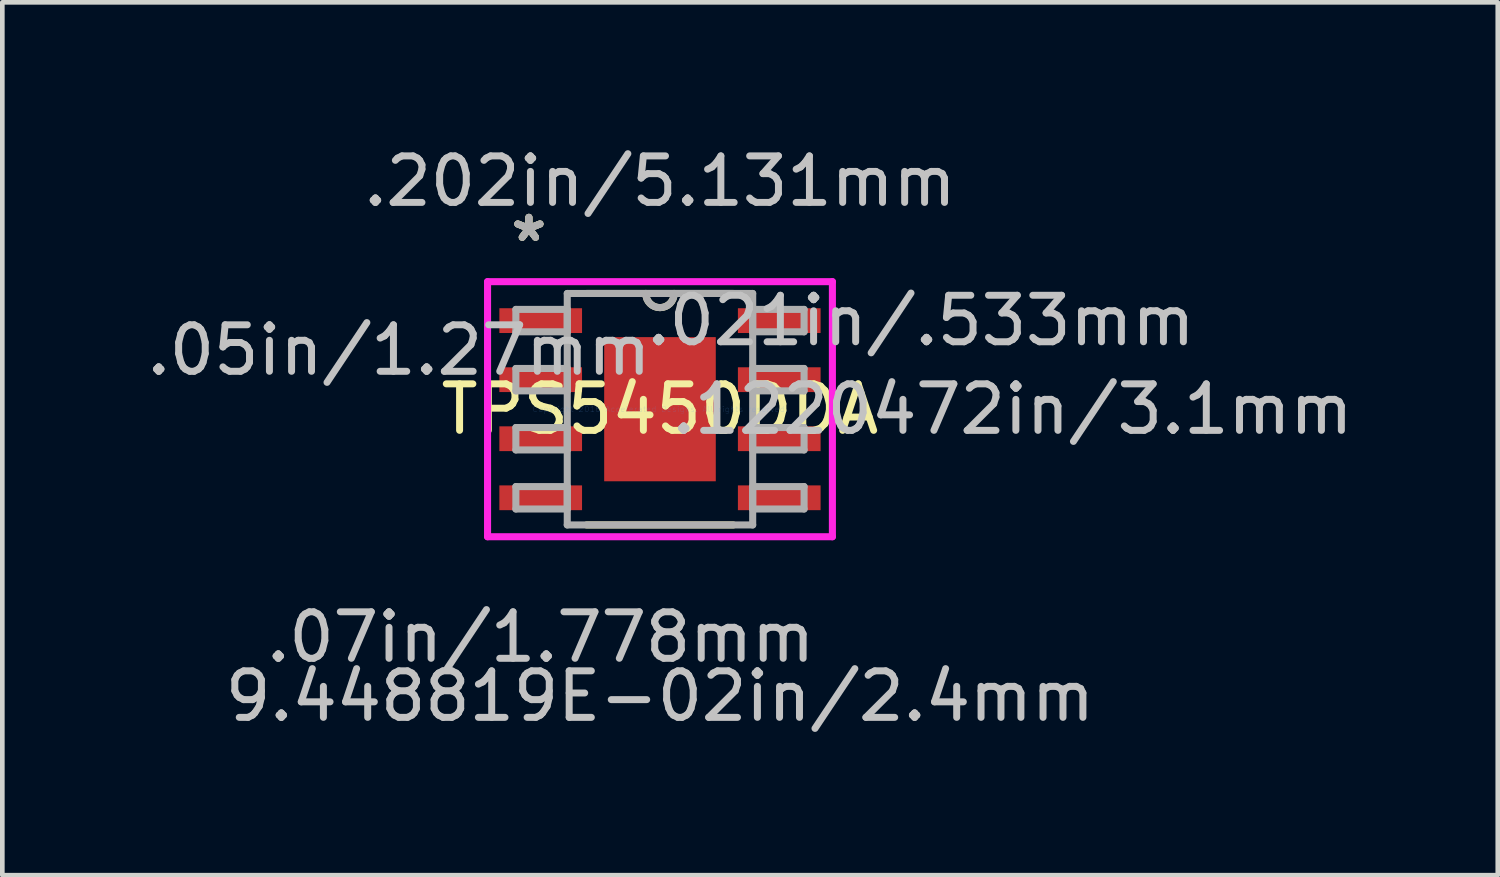
<source format=kicad_pcb>
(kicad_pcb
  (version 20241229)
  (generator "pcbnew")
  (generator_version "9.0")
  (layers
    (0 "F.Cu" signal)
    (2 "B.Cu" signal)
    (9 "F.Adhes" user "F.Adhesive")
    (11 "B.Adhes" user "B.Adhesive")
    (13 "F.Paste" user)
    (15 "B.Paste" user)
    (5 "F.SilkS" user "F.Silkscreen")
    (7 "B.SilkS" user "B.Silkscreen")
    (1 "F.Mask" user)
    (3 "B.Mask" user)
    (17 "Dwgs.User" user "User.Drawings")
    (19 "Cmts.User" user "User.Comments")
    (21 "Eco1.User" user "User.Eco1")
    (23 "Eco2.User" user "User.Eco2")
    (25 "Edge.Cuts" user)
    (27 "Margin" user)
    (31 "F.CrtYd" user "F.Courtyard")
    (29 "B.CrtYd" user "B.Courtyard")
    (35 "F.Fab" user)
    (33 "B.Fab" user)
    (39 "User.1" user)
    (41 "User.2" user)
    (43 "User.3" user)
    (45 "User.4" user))
  (footprint "TPS5450DDA"
    (layer "F.Cu")
    (at 11.143 5.75)
    (property "Reference" "TPS5450DDA" (at 0 0 0) (layer "F.SilkS") (effects (font (size 1 1) (thickness 0.15))))
    (attr through_hole)
    (fp_line (start -1.577 2.489) (end 1.577 2.489) (stroke (width 0.152) (type solid)) (layer "F.SilkS"))
    (fp_line (start 1.577 -2.489) (end -1.577 -2.489) (stroke (width 0.152) (type solid)) (layer "F.SilkS"))
    (fp_arc (start 0.3048 -2.4892) (mid 0 -2.1844) (end -0.3048 -2.4892) (stroke (width 0.1524) (type solid)) (layer "F.SilkS"))
    (fp_line (start -1.1 -1.45) (end -1.1 -0.1) (stroke (width 0.152) (type solid)) (layer "F.Paste"))
    (fp_line (start -1.1 -0.1) (end 1.1 -0.1) (stroke (width 0.152) (type solid)) (layer "F.Paste"))
    (fp_line (start -1.1 0.1) (end -1.1 1.45) (stroke (width 0.152) (type solid)) (layer "F.Paste"))
    (fp_line (start -1.1 1.45) (end 1.1 1.45) (stroke (width 0.152) (type solid)) (layer "F.Paste"))
    (fp_line (start 1.1 -1.45) (end -1.1 -1.45) (stroke (width 0.152) (type solid)) (layer "F.Paste"))
    (fp_line (start 1.1 -0.1) (end 1.1 -1.45) (stroke (width 0.152) (type solid)) (layer "F.Paste"))
    (fp_line (start 1.1 0.1) (end -1.1 0.1) (stroke (width 0.152) (type solid)) (layer "F.Paste"))
    (fp_line (start 1.1 1.45) (end 1.1 0.1) (stroke (width 0.152) (type solid)) (layer "F.Paste"))
    (fp_line (start -3.708 -2.743) (end 3.708 -2.743) (stroke (width 0.152) (type solid)) (layer "F.CrtYd"))
    (fp_line (start -3.708 2.743) (end -3.708 -2.743) (stroke (width 0.152) (type solid)) (layer "F.CrtYd"))
    (fp_line (start 3.708 -2.743) (end 3.708 2.743) (stroke (width 0.152) (type solid)) (layer "F.CrtYd"))
    (fp_line (start 3.708 2.743) (end -3.708 2.743) (stroke (width 0.152) (type solid)) (layer "F.CrtYd"))
    (fp_line (start -3.099 -2.146) (end -3.099 -1.664) (stroke (width 0.152) (type solid)) (layer "F.Fab"))
    (fp_line (start -3.099 -1.664) (end -1.994 -1.664) (stroke (width 0.152) (type solid)) (layer "F.Fab"))
    (fp_line (start -3.099 -0.876) (end -3.099 -0.394) (stroke (width 0.152) (type solid)) (layer "F.Fab"))
    (fp_line (start -3.099 -0.394) (end -1.994 -0.394) (stroke (width 0.152) (type solid)) (layer "F.Fab"))
    (fp_line (start -3.099 0.394) (end -3.099 0.876) (stroke (width 0.152) (type solid)) (layer "F.Fab"))
    (fp_line (start -3.099 0.876) (end -1.994 0.876) (stroke (width 0.152) (type solid)) (layer "F.Fab"))
    (fp_line (start -3.099 1.664) (end -3.099 2.146) (stroke (width 0.152) (type solid)) (layer "F.Fab"))
    (fp_line (start -3.099 2.146) (end -1.994 2.146) (stroke (width 0.152) (type solid)) (layer "F.Fab"))
    (fp_line (start -1.994 -2.489) (end -1.994 2.489) (stroke (width 0.152) (type solid)) (layer "F.Fab"))
    (fp_line (start -1.994 -2.146) (end -3.099 -2.146) (stroke (width 0.152) (type solid)) (layer "F.Fab"))
    (fp_line (start -1.994 -1.664) (end -1.994 -2.146) (stroke (width 0.152) (type solid)) (layer "F.Fab"))
    (fp_line (start -1.994 -0.876) (end -3.099 -0.876) (stroke (width 0.152) (type solid)) (layer "F.Fab"))
    (fp_line (start -1.994 -0.394) (end -1.994 -0.876) (stroke (width 0.152) (type solid)) (layer "F.Fab"))
    (fp_line (start -1.994 0.394) (end -3.099 0.394) (stroke (width 0.152) (type solid)) (layer "F.Fab"))
    (fp_line (start -1.994 0.876) (end -1.994 0.394) (stroke (width 0.152) (type solid)) (layer "F.Fab"))
    (fp_line (start -1.994 1.664) (end -3.099 1.664) (stroke (width 0.152) (type solid)) (layer "F.Fab"))
    (fp_line (start -1.994 2.146) (end -1.994 1.664) (stroke (width 0.152) (type solid)) (layer "F.Fab"))
    (fp_line (start -1.994 2.489) (end 1.994 2.489) (stroke (width 0.152) (type solid)) (layer "F.Fab"))
    (fp_line (start 1.994 -2.489) (end -1.994 -2.489) (stroke (width 0.152) (type solid)) (layer "F.Fab"))
    (fp_line (start 1.994 -2.146) (end 1.994 -1.664) (stroke (width 0.152) (type solid)) (layer "F.Fab"))
    (fp_line (start 1.994 -1.664) (end 3.099 -1.664) (stroke (width 0.152) (type solid)) (layer "F.Fab"))
    (fp_line (start 1.994 -0.876) (end 1.994 -0.394) (stroke (width 0.152) (type solid)) (layer "F.Fab"))
    (fp_line (start 1.994 -0.394) (end 3.099 -0.394) (stroke (width 0.152) (type solid)) (layer "F.Fab"))
    (fp_line (start 1.994 0.394) (end 1.994 0.876) (stroke (width 0.152) (type solid)) (layer "F.Fab"))
    (fp_line (start 1.994 0.876) (end 3.099 0.876) (stroke (width 0.152) (type solid)) (layer "F.Fab"))
    (fp_line (start 1.994 1.664) (end 1.994 2.146) (stroke (width 0.152) (type solid)) (layer "F.Fab"))
    (fp_line (start 1.994 2.146) (end 3.099 2.146) (stroke (width 0.152) (type solid)) (layer "F.Fab"))
    (fp_line (start 1.994 2.489) (end 1.994 -2.489) (stroke (width 0.152) (type solid)) (layer "F.Fab"))
    (fp_line (start 3.099 -2.146) (end 1.994 -2.146) (stroke (width 0.152) (type solid)) (layer "F.Fab"))
    (fp_line (start 3.099 -1.664) (end 3.099 -2.146) (stroke (width 0.152) (type solid)) (layer "F.Fab"))
    (fp_line (start 3.099 -0.876) (end 1.994 -0.876) (stroke (width 0.152) (type solid)) (layer "F.Fab"))
    (fp_line (start 3.099 -0.394) (end 3.099 -0.876) (stroke (width 0.152) (type solid)) (layer "F.Fab"))
    (fp_line (start 3.099 0.394) (end 1.994 0.394) (stroke (width 0.152) (type solid)) (layer "F.Fab"))
    (fp_line (start 3.099 0.876) (end 3.099 0.394) (stroke (width 0.152) (type solid)) (layer "F.Fab"))
    (fp_line (start 3.099 1.664) (end 1.994 1.664) (stroke (width 0.152) (type solid)) (layer "F.Fab"))
    (fp_line (start 3.099 2.146) (end 3.099 1.664) (stroke (width 0.152) (type solid)) (layer "F.Fab"))
    (fp_arc (start 0.3048 -2.4892) (mid 0 -2.1844) (end -0.3048 -2.4892) (stroke (width 0.1524) (type solid)) (layer "F.Fab"))
    (fp_text user "*" (at -2.819 -3.581 0) (layer "F.SilkS") (effects (font (size 1 1) (thickness 0.15))))
    (fp_text user "*" (at -2.819 -3.581 0) (layer "F.SilkS") (effects (font (size 1 1) (thickness 0.15))))
    (fp_text user ".202in/5.131mm" (at 0 -4.902 0) (layer "Dwgs.User") (effects (font (size 1 1) (thickness 0.15))))
    (fp_text user ".07in/1.778mm" (at -2.565 4.902 0) (layer "Dwgs.User") (effects (font (size 1 1) (thickness 0.15))))
    (fp_text user ".1220472in/3.1mm" (at 7.582 0 0) (layer "Dwgs.User") (effects (font (size 1 1) (thickness 0.15))))
    (fp_text user ".05in/1.27mm" (at -5.613 -1.27 0) (layer "Dwgs.User") (effects (font (size 1 1) (thickness 0.15))))
    (fp_text user ".021in/.533mm" (at 5.613 -1.905 0) (layer "Dwgs.User") (effects (font (size 1 1) (thickness 0.15))))
    (fp_text user "9.448819E-02in/2.4mm" (at 0 6.172 0) (layer "Dwgs.User") (effects (font (size 1 1) (thickness 0.15))))
    (fp_text user "Copyright 2016 Accelerated Designs. All rights reserved." (at 0 0 0) (layer "Cmts.User") (effects (font (size 0.127 0.127) (thickness 0.002))))
    (fp_text user "*" (at -2.819 -3.581 0) (layer "F.Fab") (effects (font (size 1 1) (thickness 0.15))))
    (fp_text user "*" (at -2.819 -3.581 0) (layer "F.Fab") (effects (font (size 1 1) (thickness 0.15))))
    (pad "1" smd rect (at -2.565 -1.905) (size 1.778 0.533) (layers "F.Cu" "F.Mask" "F.Paste"))
    (pad "2" smd rect (at -2.565 -0.635) (size 1.778 0.533) (layers "F.Cu" "F.Mask" "F.Paste"))
    (pad "3" smd rect (at -2.565 0.635) (size 1.778 0.533) (layers "F.Cu" "F.Mask" "F.Paste"))
    (pad "4" smd rect (at -2.565 1.905) (size 1.778 0.533) (layers "F.Cu" "F.Mask" "F.Paste"))
    (pad "5" smd rect (at 2.565 1.905) (size 1.778 0.533) (layers "F.Cu" "F.Mask" "F.Paste"))
    (pad "6" smd rect (at 2.565 0.635) (size 1.778 0.533) (layers "F.Cu" "F.Mask" "F.Paste"))
    (pad "7" smd rect (at 2.565 -0.635) (size 1.778 0.533) (layers "F.Cu" "F.Mask" "F.Paste"))
    (pad "8" smd rect (at 2.565 -1.905) (size 1.778 0.533) (layers "F.Cu" "F.Mask" "F.Paste"))
    (pad "EPAD" smd rect (at 0 0) (size 2.4 3.1) (layers "F.Cu" "F.Mask" "F.Paste")))
  (gr_rect
    (start -3 -3)
    (end 29.16 15.771)
    (stroke (width 0.1) (type default))
    (fill no)
    (layer "Edge.Cuts")))
</source>
